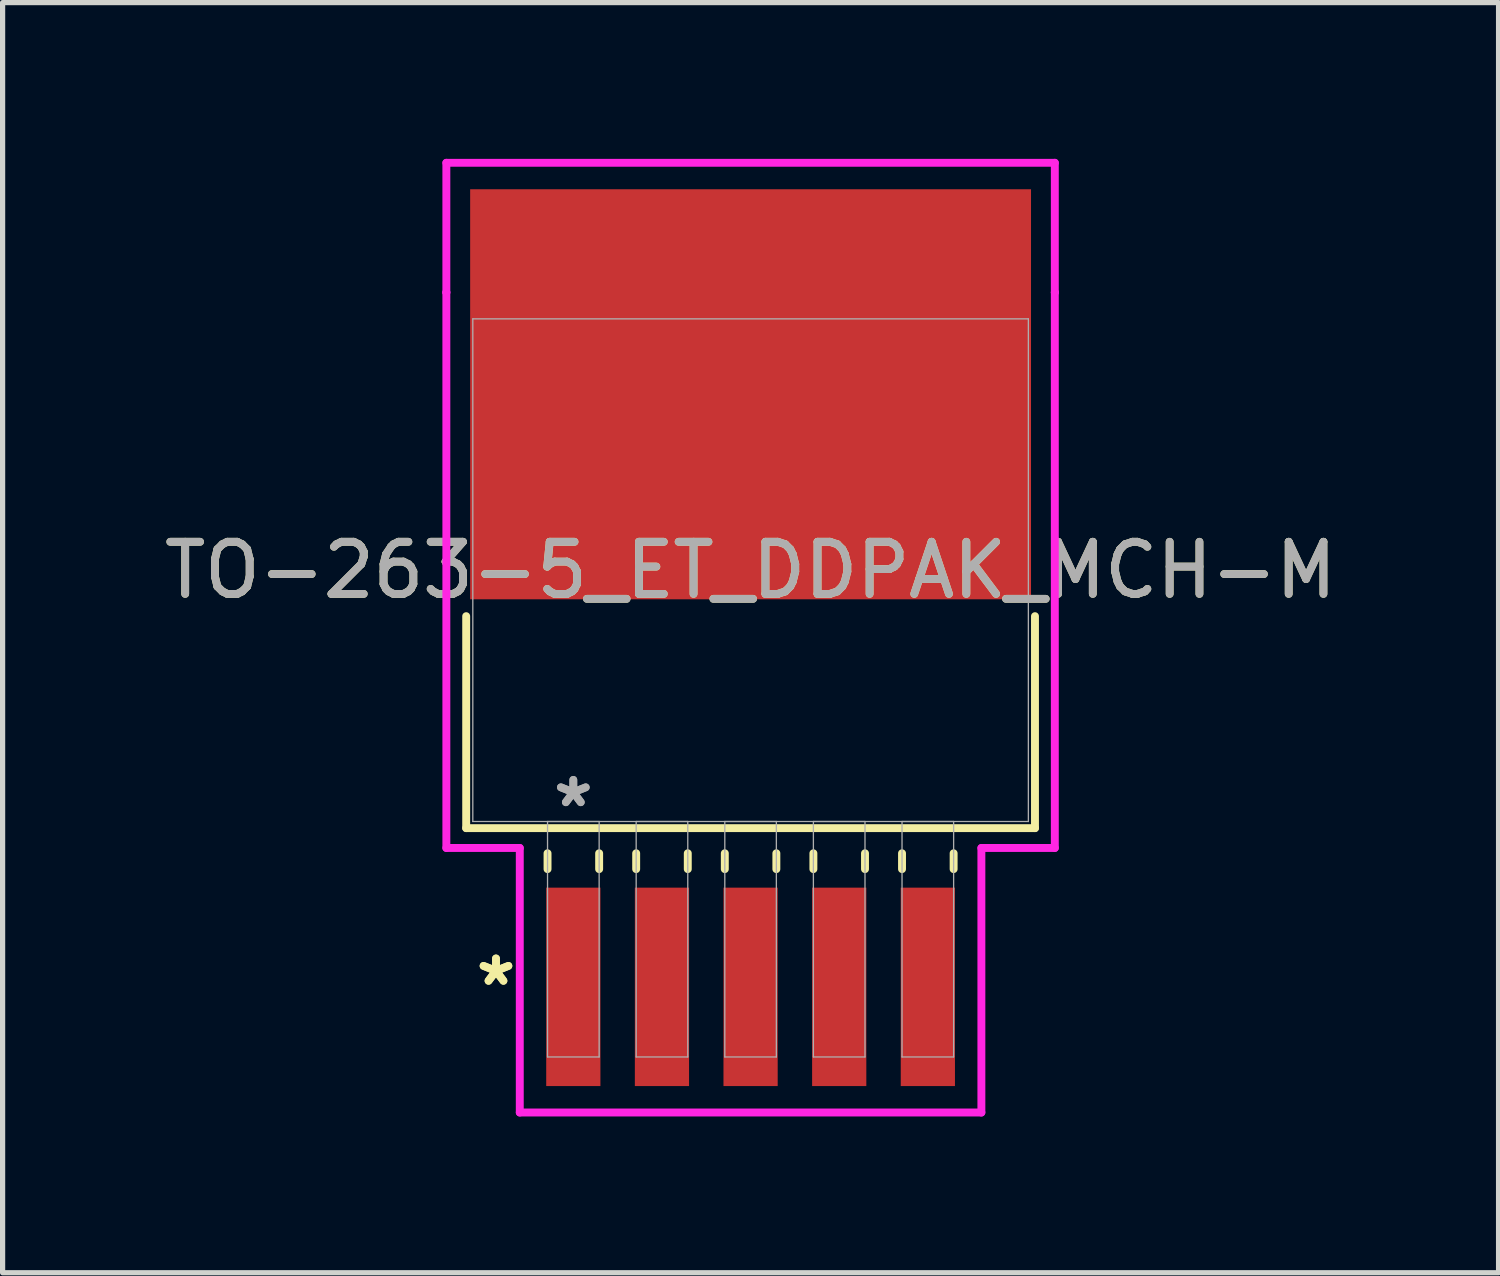
<source format=kicad_pcb>
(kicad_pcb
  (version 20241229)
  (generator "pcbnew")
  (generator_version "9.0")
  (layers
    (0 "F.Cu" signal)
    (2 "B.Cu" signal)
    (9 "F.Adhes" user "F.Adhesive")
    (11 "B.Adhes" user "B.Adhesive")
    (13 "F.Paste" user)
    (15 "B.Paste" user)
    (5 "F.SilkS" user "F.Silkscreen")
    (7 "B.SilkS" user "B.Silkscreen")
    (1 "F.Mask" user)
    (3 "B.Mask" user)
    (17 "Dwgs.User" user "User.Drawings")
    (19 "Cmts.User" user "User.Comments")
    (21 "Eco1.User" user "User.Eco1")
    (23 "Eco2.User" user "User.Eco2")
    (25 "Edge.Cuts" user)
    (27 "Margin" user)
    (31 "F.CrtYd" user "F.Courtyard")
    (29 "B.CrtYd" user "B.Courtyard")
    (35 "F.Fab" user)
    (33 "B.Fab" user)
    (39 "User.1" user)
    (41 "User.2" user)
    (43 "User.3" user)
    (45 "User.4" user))
  (footprint "TO-263-5_ET_DDPAK_MCH-M"
    (layer "F.Cu")
    (at 11.363 7.899)
    (property "Reference" "TO-263-5_ET_DDPAK_MCH-M" (at 0 0 0) (unlocked yes) (layer "F.SilkS") (effects (font (size 1 1) (thickness 0.15))))
    (attr smd)
    (fp_line (start -5.461 0.883) (end -5.461 4.953) (stroke (width 0.152) (type solid)) (layer "F.SilkS"))
    (fp_line (start -5.461 4.953) (end 5.461 4.953) (stroke (width 0.152) (type solid)) (layer "F.SilkS"))
    (fp_line (start -3.899 5.436) (end -3.899 5.74) (stroke (width 0.152) (type solid)) (layer "F.SilkS"))
    (fp_line (start -2.908 5.436) (end -2.908 5.74) (stroke (width 0.152) (type solid)) (layer "F.SilkS"))
    (fp_line (start -2.197 5.436) (end -2.197 5.74) (stroke (width 0.152) (type solid)) (layer "F.SilkS"))
    (fp_line (start -1.206 5.436) (end -1.206 5.74) (stroke (width 0.152) (type solid)) (layer "F.SilkS"))
    (fp_line (start -0.495 5.436) (end -0.495 5.74) (stroke (width 0.152) (type solid)) (layer "F.SilkS"))
    (fp_line (start 0.495 5.436) (end 0.495 5.74) (stroke (width 0.152) (type solid)) (layer "F.SilkS"))
    (fp_line (start 1.206 5.436) (end 1.206 5.74) (stroke (width 0.152) (type solid)) (layer "F.SilkS"))
    (fp_line (start 2.197 5.436) (end 2.197 5.74) (stroke (width 0.152) (type solid)) (layer "F.SilkS"))
    (fp_line (start 2.908 5.436) (end 2.908 5.74) (stroke (width 0.152) (type solid)) (layer "F.SilkS"))
    (fp_line (start 3.899 5.436) (end 3.899 5.74) (stroke (width 0.152) (type solid)) (layer "F.SilkS"))
    (fp_line (start 5.461 4.953) (end 5.461 0.883) (stroke (width 0.152) (type solid)) (layer "F.SilkS"))
    (fp_line (start -5.842 -7.823) (end 5.842 -7.823) (stroke (width 0.152) (type solid)) (layer "F.CrtYd"))
    (fp_line (start -5.842 -5.334) (end -5.842 -7.823) (stroke (width 0.152) (type solid)) (layer "F.CrtYd"))
    (fp_line (start -5.842 -5.334) (end -5.842 -5.334) (stroke (width 0.152) (type solid)) (layer "F.CrtYd"))
    (fp_line (start -5.842 5.334) (end -5.842 -5.334) (stroke (width 0.152) (type solid)) (layer "F.CrtYd"))
    (fp_line (start -4.432 5.334) (end -5.842 5.334) (stroke (width 0.152) (type solid)) (layer "F.CrtYd"))
    (fp_line (start -4.432 10.414) (end -4.432 5.334) (stroke (width 0.152) (type solid)) (layer "F.CrtYd"))
    (fp_line (start 4.432 5.334) (end 4.432 10.414) (stroke (width 0.152) (type solid)) (layer "F.CrtYd"))
    (fp_line (start 4.432 10.414) (end -4.432 10.414) (stroke (width 0.152) (type solid)) (layer "F.CrtYd"))
    (fp_line (start 5.842 -7.823) (end 5.842 -5.334) (stroke (width 0.152) (type solid)) (layer "F.CrtYd"))
    (fp_line (start 5.842 -5.334) (end 5.842 -5.334) (stroke (width 0.152) (type solid)) (layer "F.CrtYd"))
    (fp_line (start 5.842 -5.334) (end 5.842 5.334) (stroke (width 0.152) (type solid)) (layer "F.CrtYd"))
    (fp_line (start 5.842 5.334) (end 4.432 5.334) (stroke (width 0.152) (type solid)) (layer "F.CrtYd"))
    (fp_line (start -5.334 -4.826) (end -5.334 4.826) (stroke (width 0.025) (type solid)) (layer "F.Fab"))
    (fp_line (start -5.334 4.826) (end 5.334 4.826) (stroke (width 0.025) (type solid)) (layer "F.Fab"))
    (fp_line (start -3.899 4.826) (end -3.899 9.347) (stroke (width 0.025) (type solid)) (layer "F.Fab"))
    (fp_line (start -3.899 9.347) (end -2.908 9.347) (stroke (width 0.025) (type solid)) (layer "F.Fab"))
    (fp_line (start -2.908 4.826) (end -3.899 4.826) (stroke (width 0.025) (type solid)) (layer "F.Fab"))
    (fp_line (start -2.908 9.347) (end -2.908 4.826) (stroke (width 0.025) (type solid)) (layer "F.Fab"))
    (fp_line (start -2.197 4.826) (end -2.197 9.347) (stroke (width 0.025) (type solid)) (layer "F.Fab"))
    (fp_line (start -2.197 9.347) (end -1.206 9.347) (stroke (width 0.025) (type solid)) (layer "F.Fab"))
    (fp_line (start -1.206 4.826) (end -2.197 4.826) (stroke (width 0.025) (type solid)) (layer "F.Fab"))
    (fp_line (start -1.206 9.347) (end -1.206 4.826) (stroke (width 0.025) (type solid)) (layer "F.Fab"))
    (fp_line (start -0.495 4.826) (end -0.495 9.347) (stroke (width 0.025) (type solid)) (layer "F.Fab"))
    (fp_line (start -0.495 9.347) (end 0.495 9.347) (stroke (width 0.025) (type solid)) (layer "F.Fab"))
    (fp_line (start 0.495 4.826) (end -0.495 4.826) (stroke (width 0.025) (type solid)) (layer "F.Fab"))
    (fp_line (start 0.495 9.347) (end 0.495 4.826) (stroke (width 0.025) (type solid)) (layer "F.Fab"))
    (fp_line (start 1.206 4.826) (end 1.206 9.347) (stroke (width 0.025) (type solid)) (layer "F.Fab"))
    (fp_line (start 1.206 9.347) (end 2.197 9.347) (stroke (width 0.025) (type solid)) (layer "F.Fab"))
    (fp_line (start 2.197 4.826) (end 1.206 4.826) (stroke (width 0.025) (type solid)) (layer "F.Fab"))
    (fp_line (start 2.197 9.347) (end 2.197 4.826) (stroke (width 0.025) (type solid)) (layer "F.Fab"))
    (fp_line (start 2.908 4.826) (end 2.908 9.347) (stroke (width 0.025) (type solid)) (layer "F.Fab"))
    (fp_line (start 2.908 9.347) (end 3.899 9.347) (stroke (width 0.025) (type solid)) (layer "F.Fab"))
    (fp_line (start 3.899 4.826) (end 2.908 4.826) (stroke (width 0.025) (type solid)) (layer "F.Fab"))
    (fp_line (start 3.899 9.347) (end 3.899 4.826) (stroke (width 0.025) (type solid)) (layer "F.Fab"))
    (fp_line (start 5.334 -4.826) (end -5.334 -4.826) (stroke (width 0.025) (type solid)) (layer "F.Fab"))
    (fp_line (start 5.334 4.826) (end 5.334 -4.826) (stroke (width 0.025) (type solid)) (layer "F.Fab"))
    (fp_text user "*" (at -4.889 8.001 0) (unlocked yes) (layer "F.SilkS") (effects (font (size 1 1) (thickness 0.15))))
    (fp_text user "*" (at -4.889 8.001 0) (layer "F.SilkS") (effects (font (size 1 1) (thickness 0.15))))
    (fp_text user "${REFERENCE}" (at 0 0 0) (unlocked yes) (layer "F.Fab") (effects (font (size 1 1) (thickness 0.15))))
    (fp_text user "*" (at -3.404 4.572 0) (layer "F.Fab") (effects (font (size 1 1) (thickness 0.15))))
    (fp_text user "*" (at -3.404 4.572 0) (unlocked yes) (layer "F.Fab") (effects (font (size 1 1) (thickness 0.15))))
    (pad "1" smd rect (at -3.404 8.001) (size 1.041 3.81) (layers "F.Cu" "F.Mask" "F.Paste"))
    (pad "2" smd rect (at -1.702 8.001) (size 1.041 3.81) (layers "F.Cu" "F.Mask" "F.Paste"))
    (pad "3" smd rect (at 0 8.001) (size 1.041 3.81) (layers "F.Cu" "F.Mask" "F.Paste"))
    (pad "4" smd rect (at 1.702 8.001) (size 1.041 3.81) (layers "F.Cu" "F.Mask" "F.Paste"))
    (pad "5" smd rect (at 3.404 8.001) (size 1.041 3.81) (layers "F.Cu" "F.Mask" "F.Paste"))
    (pad "6" smd rect (at 0 -3.378) (size 10.77 7.874) (layers "F.Cu" "F.Mask" "F.Paste")))
  (gr_rect
    (start -3 -3)
    (end 25.726 21.39)
    (stroke (width 0.1) (type default))
    (fill no)
    (layer "Edge.Cuts")))
</source>
